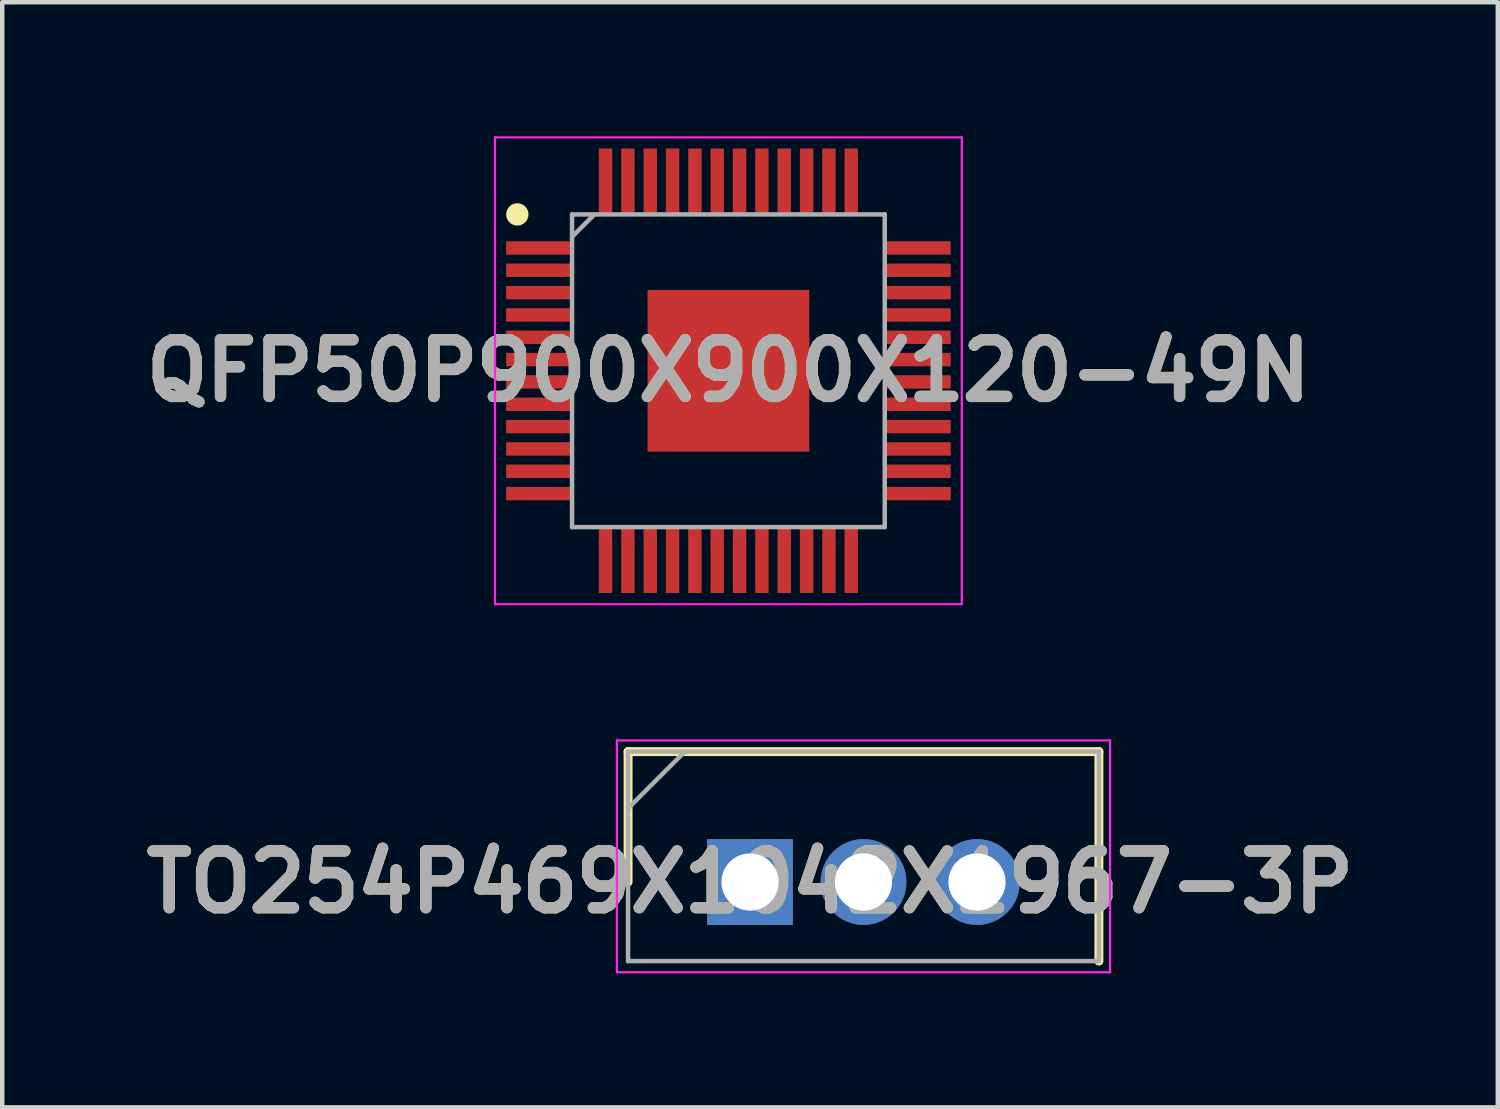
<source format=kicad_pcb>
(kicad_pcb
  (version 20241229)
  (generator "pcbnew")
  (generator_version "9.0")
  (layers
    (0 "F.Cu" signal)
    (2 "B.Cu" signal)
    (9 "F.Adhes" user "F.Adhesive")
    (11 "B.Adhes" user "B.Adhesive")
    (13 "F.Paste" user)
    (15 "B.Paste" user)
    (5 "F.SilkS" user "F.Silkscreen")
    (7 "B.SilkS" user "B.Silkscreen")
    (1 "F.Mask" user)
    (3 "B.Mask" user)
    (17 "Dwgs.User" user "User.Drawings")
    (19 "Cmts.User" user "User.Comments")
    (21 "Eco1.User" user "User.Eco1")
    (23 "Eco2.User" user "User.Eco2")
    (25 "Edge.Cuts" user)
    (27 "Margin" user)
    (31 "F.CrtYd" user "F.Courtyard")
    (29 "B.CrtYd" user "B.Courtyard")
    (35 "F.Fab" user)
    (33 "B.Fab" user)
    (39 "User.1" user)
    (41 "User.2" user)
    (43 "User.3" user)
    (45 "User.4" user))
  (footprint "TO254P469X1042X1967-3P"
    (layer "F.Cu")
    (at 13.74 16.695)
    (property "Reference" "TO254P469X1042X1967-3P" (at 0 0 0) (layer "F.SilkS") (effects (font (size 1.27 1.27) (thickness 0.254))))
    (attr through_hole)
    (fp_line (start -2.73 -2.92) (end -2.73 0) (stroke (width 0.2) (type solid)) (layer "F.SilkS"))
    (fp_line (start 7.81 -2.92) (end -2.73 -2.92) (stroke (width 0.2) (type solid)) (layer "F.SilkS"))
    (fp_line (start 7.81 1.77) (end 7.81 -2.92) (stroke (width 0.2) (type solid)) (layer "F.SilkS"))
    (fp_line (start -2.98 -3.17) (end 8.06 -3.17) (stroke (width 0.05) (type solid)) (layer "F.CrtYd"))
    (fp_line (start -2.98 2.02) (end -2.98 -3.17) (stroke (width 0.05) (type solid)) (layer "F.CrtYd"))
    (fp_line (start 8.06 -3.17) (end 8.06 2.02) (stroke (width 0.05) (type solid)) (layer "F.CrtYd"))
    (fp_line (start 8.06 2.02) (end -2.98 2.02) (stroke (width 0.05) (type solid)) (layer "F.CrtYd"))
    (fp_line (start -2.73 -2.92) (end 7.81 -2.92) (stroke (width 0.1) (type solid)) (layer "F.Fab"))
    (fp_line (start -2.73 -1.65) (end -1.46 -2.92) (stroke (width 0.1) (type solid)) (layer "F.Fab"))
    (fp_line (start -2.73 1.77) (end -2.73 -2.92) (stroke (width 0.1) (type solid)) (layer "F.Fab"))
    (fp_line (start 7.81 -2.92) (end 7.81 1.77) (stroke (width 0.1) (type solid)) (layer "F.Fab"))
    (fp_line (start 7.81 1.77) (end -2.73 1.77) (stroke (width 0.1) (type solid)) (layer "F.Fab"))
    (fp_text user "${REFERENCE}" (at 0 0 0) (layer "F.Fab") (effects (font (size 1.27 1.27) (thickness 0.254))))
    (pad "1" thru_hole rect (at 0 0) (size 1.92 1.92) (drill 1.28) (layers "*.Cu" "*.Mask"))
    (pad "2" thru_hole circle (at 2.54 0) (size 1.92 1.92) (drill 1.28) (layers "*.Cu" "*.Mask"))
    (pad "3" thru_hole circle (at 5.08 0) (size 1.92 1.92) (drill 1.28) (layers "*.Cu" "*.Mask")))
  (footprint "QFP50P900X900X120-49N"
    (layer "F.Cu")
    (at 13.256 5.25)
    (property "Reference" "QFP50P900X900X120-49N" (at 0 0 0) (layer "F.SilkS") (effects (font (size 1.27 1.27) (thickness 0.254))))
    (attr smd)
    (fp_circle (center -4.725 -3.5) (end -4.725 -3.375) (stroke (width 0.25) (type solid)) (fill no) (layer "F.SilkS"))
    (fp_line (start -5.225 -5.225) (end 5.225 -5.225) (stroke (width 0.05) (type solid)) (layer "F.CrtYd"))
    (fp_line (start -5.225 5.225) (end -5.225 -5.225) (stroke (width 0.05) (type solid)) (layer "F.CrtYd"))
    (fp_line (start 5.225 -5.225) (end 5.225 5.225) (stroke (width 0.05) (type solid)) (layer "F.CrtYd"))
    (fp_line (start 5.225 5.225) (end -5.225 5.225) (stroke (width 0.05) (type solid)) (layer "F.CrtYd"))
    (fp_line (start -3.5 -3.5) (end 3.5 -3.5) (stroke (width 0.1) (type solid)) (layer "F.Fab"))
    (fp_line (start -3.5 -3) (end -3 -3.5) (stroke (width 0.1) (type solid)) (layer "F.Fab"))
    (fp_line (start -3.5 3.5) (end -3.5 -3.5) (stroke (width 0.1) (type solid)) (layer "F.Fab"))
    (fp_line (start 3.5 -3.5) (end 3.5 3.5) (stroke (width 0.1) (type solid)) (layer "F.Fab"))
    (fp_line (start 3.5 3.5) (end -3.5 3.5) (stroke (width 0.1) (type solid)) (layer "F.Fab"))
    (fp_text user "${REFERENCE}" (at 0 0 0) (layer "F.Fab") (effects (font (size 1.27 1.27) (thickness 0.254))))
    (pad "1" smd rect (at -4.238 -2.75 90) (size 0.3 1.475) (layers "F.Cu" "F.Mask" "F.Paste"))
    (pad "2" smd rect (at -4.238 -2.25 90) (size 0.3 1.475) (layers "F.Cu" "F.Mask" "F.Paste"))
    (pad "3" smd rect (at -4.238 -1.75 90) (size 0.3 1.475) (layers "F.Cu" "F.Mask" "F.Paste"))
    (pad "4" smd rect (at -4.238 -1.25 90) (size 0.3 1.475) (layers "F.Cu" "F.Mask" "F.Paste"))
    (pad "5" smd rect (at -4.238 -0.75 90) (size 0.3 1.475) (layers "F.Cu" "F.Mask" "F.Paste"))
    (pad "6" smd rect (at -4.238 -0.25 90) (size 0.3 1.475) (layers "F.Cu" "F.Mask" "F.Paste"))
    (pad "7" smd rect (at -4.238 0.25 90) (size 0.3 1.475) (layers "F.Cu" "F.Mask" "F.Paste"))
    (pad "8" smd rect (at -4.238 0.75 90) (size 0.3 1.475) (layers "F.Cu" "F.Mask" "F.Paste"))
    (pad "9" smd rect (at -4.238 1.25 90) (size 0.3 1.475) (layers "F.Cu" "F.Mask" "F.Paste"))
    (pad "10" smd rect (at -4.238 1.75 90) (size 0.3 1.475) (layers "F.Cu" "F.Mask" "F.Paste"))
    (pad "11" smd rect (at -4.238 2.25 90) (size 0.3 1.475) (layers "F.Cu" "F.Mask" "F.Paste"))
    (pad "12" smd rect (at -4.238 2.75 90) (size 0.3 1.475) (layers "F.Cu" "F.Mask" "F.Paste"))
    (pad "13" smd rect (at -2.75 4.238) (size 0.3 1.475) (layers "F.Cu" "F.Mask" "F.Paste"))
    (pad "14" smd rect (at -2.25 4.238) (size 0.3 1.475) (layers "F.Cu" "F.Mask" "F.Paste"))
    (pad "15" smd rect (at -1.75 4.238) (size 0.3 1.475) (layers "F.Cu" "F.Mask" "F.Paste"))
    (pad "16" smd rect (at -1.25 4.238) (size 0.3 1.475) (layers "F.Cu" "F.Mask" "F.Paste"))
    (pad "17" smd rect (at -0.75 4.238) (size 0.3 1.475) (layers "F.Cu" "F.Mask" "F.Paste"))
    (pad "18" smd rect (at -0.25 4.238) (size 0.3 1.475) (layers "F.Cu" "F.Mask" "F.Paste"))
    (pad "19" smd rect (at 0.25 4.238) (size 0.3 1.475) (layers "F.Cu" "F.Mask" "F.Paste"))
    (pad "20" smd rect (at 0.75 4.238) (size 0.3 1.475) (layers "F.Cu" "F.Mask" "F.Paste"))
    (pad "21" smd rect (at 1.25 4.238) (size 0.3 1.475) (layers "F.Cu" "F.Mask" "F.Paste"))
    (pad "22" smd rect (at 1.75 4.238) (size 0.3 1.475) (layers "F.Cu" "F.Mask" "F.Paste"))
    (pad "23" smd rect (at 2.25 4.238) (size 0.3 1.475) (layers "F.Cu" "F.Mask" "F.Paste"))
    (pad "24" smd rect (at 2.75 4.238) (size 0.3 1.475) (layers "F.Cu" "F.Mask" "F.Paste"))
    (pad "25" smd rect (at 4.238 2.75 90) (size 0.3 1.475) (layers "F.Cu" "F.Mask" "F.Paste"))
    (pad "26" smd rect (at 4.238 2.25 90) (size 0.3 1.475) (layers "F.Cu" "F.Mask" "F.Paste"))
    (pad "27" smd rect (at 4.238 1.75 90) (size 0.3 1.475) (layers "F.Cu" "F.Mask" "F.Paste"))
    (pad "28" smd rect (at 4.238 1.25 90) (size 0.3 1.475) (layers "F.Cu" "F.Mask" "F.Paste"))
    (pad "29" smd rect (at 4.238 0.75 90) (size 0.3 1.475) (layers "F.Cu" "F.Mask" "F.Paste"))
    (pad "30" smd rect (at 4.238 0.25 90) (size 0.3 1.475) (layers "F.Cu" "F.Mask" "F.Paste"))
    (pad "31" smd rect (at 4.238 -0.25 90) (size 0.3 1.475) (layers "F.Cu" "F.Mask" "F.Paste"))
    (pad "32" smd rect (at 4.238 -0.75 90) (size 0.3 1.475) (layers "F.Cu" "F.Mask" "F.Paste"))
    (pad "33" smd rect (at 4.238 -1.25 90) (size 0.3 1.475) (layers "F.Cu" "F.Mask" "F.Paste"))
    (pad "34" smd rect (at 4.238 -1.75 90) (size 0.3 1.475) (layers "F.Cu" "F.Mask" "F.Paste"))
    (pad "35" smd rect (at 4.238 -2.25 90) (size 0.3 1.475) (layers "F.Cu" "F.Mask" "F.Paste"))
    (pad "36" smd rect (at 4.238 -2.75 90) (size 0.3 1.475) (layers "F.Cu" "F.Mask" "F.Paste"))
    (pad "37" smd rect (at 2.75 -4.238) (size 0.3 1.475) (layers "F.Cu" "F.Mask" "F.Paste"))
    (pad "38" smd rect (at 2.25 -4.238) (size 0.3 1.475) (layers "F.Cu" "F.Mask" "F.Paste"))
    (pad "39" smd rect (at 1.75 -4.238) (size 0.3 1.475) (layers "F.Cu" "F.Mask" "F.Paste"))
    (pad "40" smd rect (at 1.25 -4.238) (size 0.3 1.475) (layers "F.Cu" "F.Mask" "F.Paste"))
    (pad "41" smd rect (at 0.75 -4.238) (size 0.3 1.475) (layers "F.Cu" "F.Mask" "F.Paste"))
    (pad "42" smd rect (at 0.25 -4.238) (size 0.3 1.475) (layers "F.Cu" "F.Mask" "F.Paste"))
    (pad "43" smd rect (at -0.25 -4.238) (size 0.3 1.475) (layers "F.Cu" "F.Mask" "F.Paste"))
    (pad "44" smd rect (at -0.75 -4.238) (size 0.3 1.475) (layers "F.Cu" "F.Mask" "F.Paste"))
    (pad "45" smd rect (at -1.25 -4.238) (size 0.3 1.475) (layers "F.Cu" "F.Mask" "F.Paste"))
    (pad "46" smd rect (at -1.75 -4.238) (size 0.3 1.475) (layers "F.Cu" "F.Mask" "F.Paste"))
    (pad "47" smd rect (at -2.25 -4.238) (size 0.3 1.475) (layers "F.Cu" "F.Mask" "F.Paste"))
    (pad "48" smd rect (at -2.75 -4.238) (size 0.3 1.475) (layers "F.Cu" "F.Mask" "F.Paste"))
    (pad "49" smd rect (at 0 0) (size 3.62 3.62) (layers "F.Cu" "F.Mask" "F.Paste")))
  (gr_rect
    (start -3 -3)
    (end 30.48 21.74)
    (stroke (width 0.1) (type default))
    (fill no)
    (layer "Edge.Cuts")))
</source>
